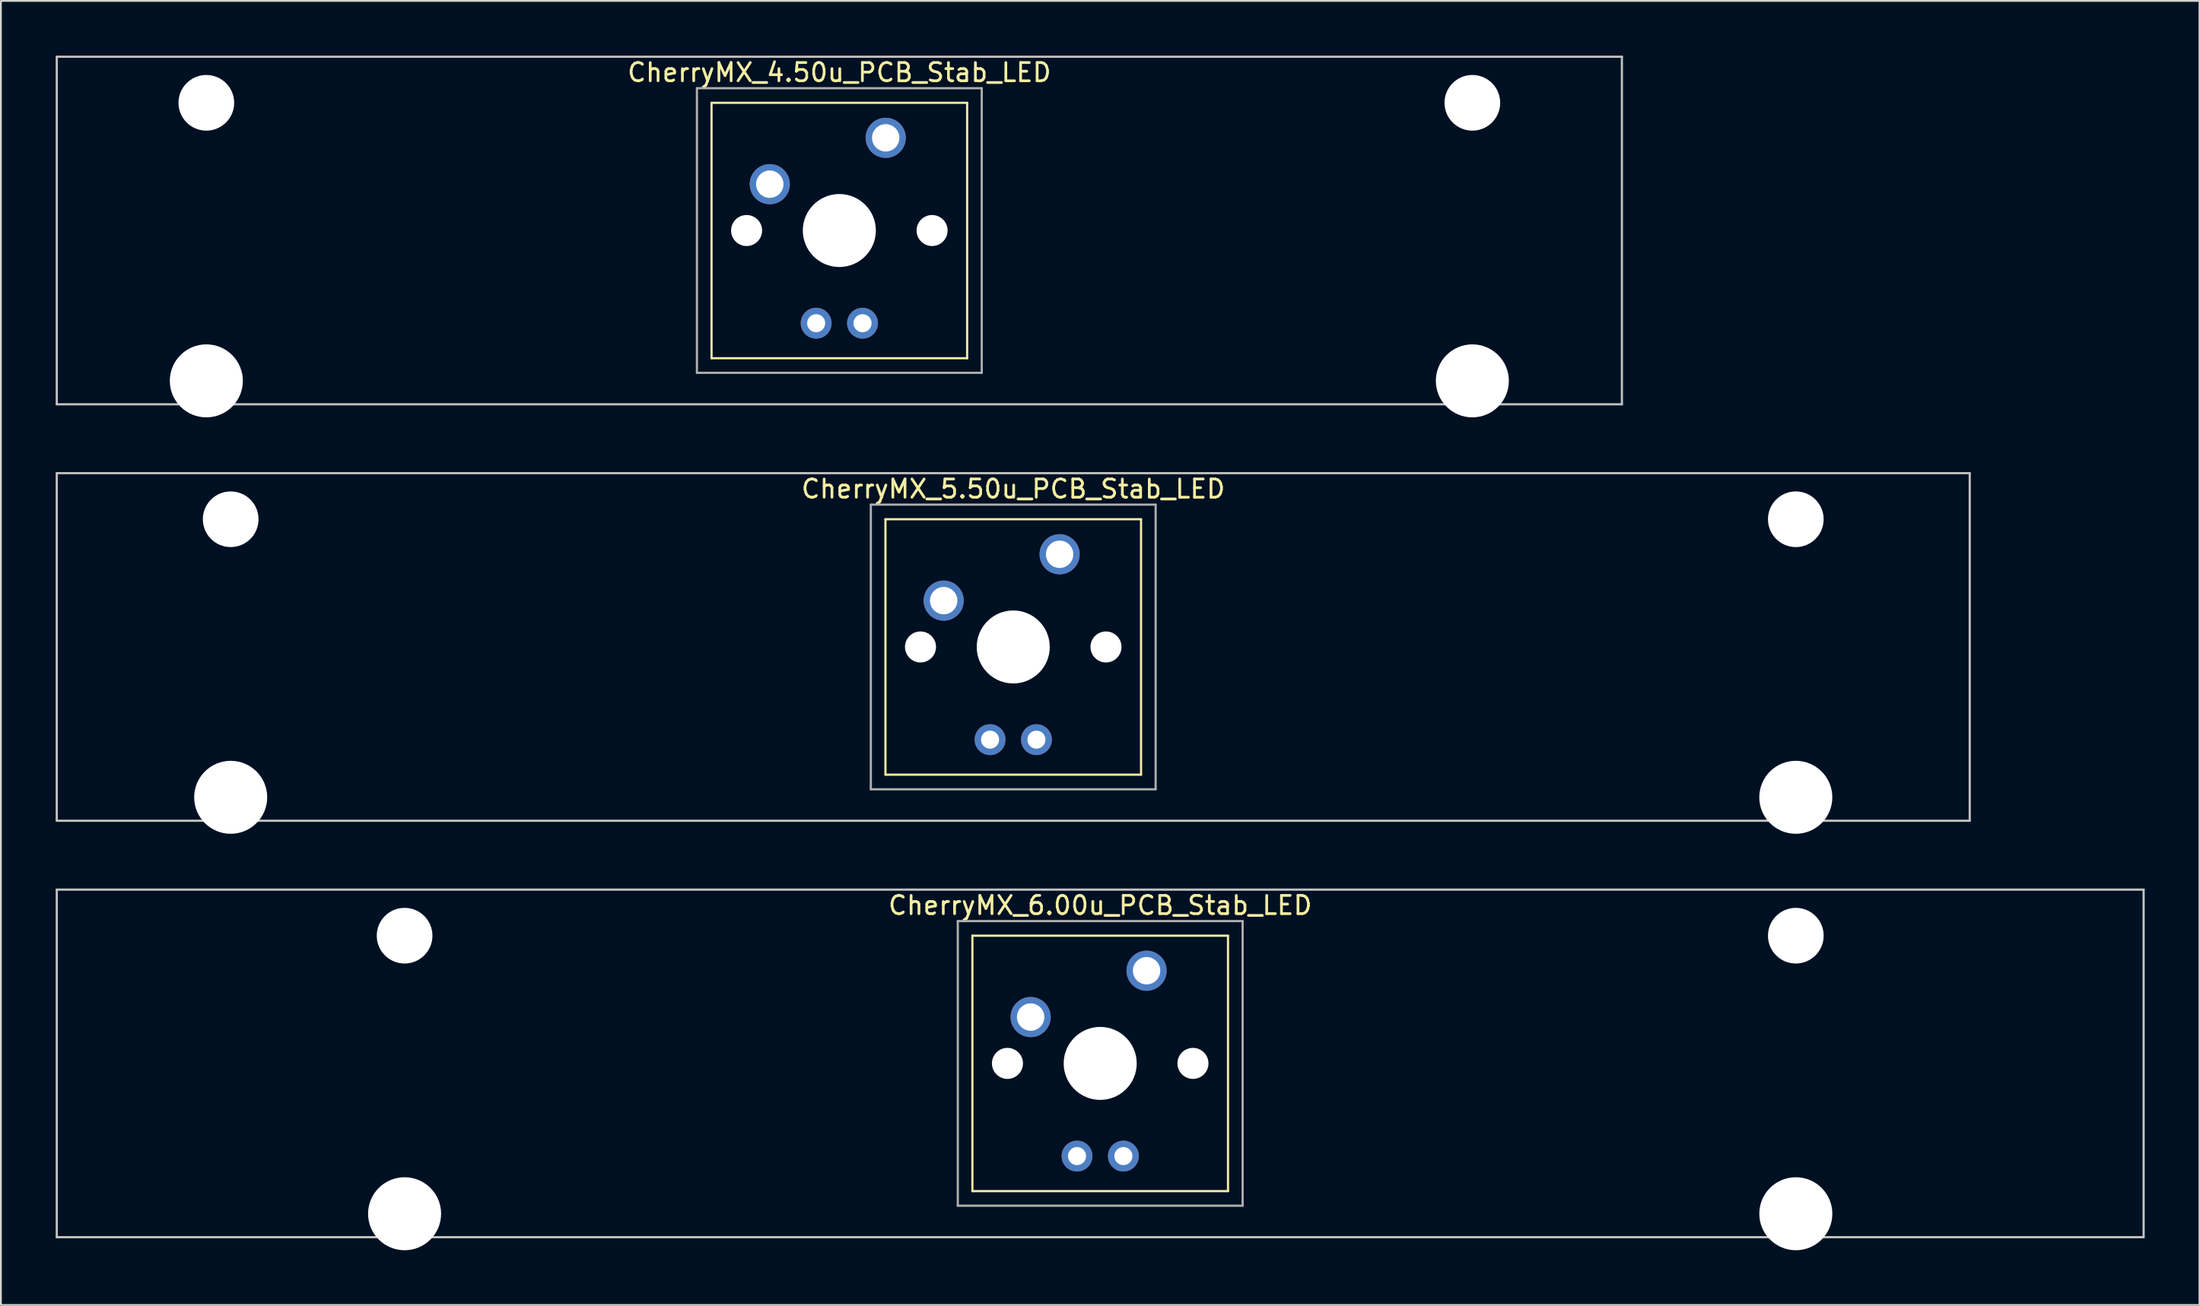
<source format=kicad_pcb>
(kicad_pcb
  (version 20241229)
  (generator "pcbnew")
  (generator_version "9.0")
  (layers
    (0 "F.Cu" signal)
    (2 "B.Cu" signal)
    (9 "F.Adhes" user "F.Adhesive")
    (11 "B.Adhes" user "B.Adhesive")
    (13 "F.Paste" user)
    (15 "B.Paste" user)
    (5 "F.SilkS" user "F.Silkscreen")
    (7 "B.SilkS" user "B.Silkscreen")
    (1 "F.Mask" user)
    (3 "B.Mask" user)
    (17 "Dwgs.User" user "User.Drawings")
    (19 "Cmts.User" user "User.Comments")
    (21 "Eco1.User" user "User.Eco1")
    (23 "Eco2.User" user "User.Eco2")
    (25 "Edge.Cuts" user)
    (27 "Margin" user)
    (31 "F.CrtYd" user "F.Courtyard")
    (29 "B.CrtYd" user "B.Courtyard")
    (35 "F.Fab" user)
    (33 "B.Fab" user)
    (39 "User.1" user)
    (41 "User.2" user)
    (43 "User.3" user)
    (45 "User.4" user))
  (footprint "CherryMX_6.00u_PCB_Stab_LED"
    (layer "F.Cu")
    (at 57.21 55.235)
    (property "Reference" "CherryMX_6.00u_PCB_Stab_LED" (at 0 -8.662 0) (layer "F.SilkS") (effects (font (size 1 1) (thickness 0.15))))
    (attr through_hole)
    (fp_line (start -7 -7) (end -7 7) (stroke (width 0.12) (type solid)) (layer "F.SilkS"))
    (fp_line (start -7 -7) (end 7 -7) (stroke (width 0.12) (type solid)) (layer "F.SilkS"))
    (fp_line (start 7 -7) (end 7 7) (stroke (width 0.12) (type solid)) (layer "F.SilkS"))
    (fp_line (start 7 7) (end -7 7) (stroke (width 0.12) (type solid)) (layer "F.SilkS"))
    (fp_line (start -57.15 -9.525) (end 57.15 -9.525) (stroke (width 0.12) (type solid)) (layer "Dwgs.User"))
    (fp_line (start -57.15 9.525) (end -57.15 -9.525) (stroke (width 0.12) (type solid)) (layer "Dwgs.User"))
    (fp_line (start 57.15 -9.525) (end 57.15 9.525) (stroke (width 0.12) (type solid)) (layer "Dwgs.User"))
    (fp_line (start 57.15 9.525) (end -57.15 9.525) (stroke (width 0.12) (type solid)) (layer "Dwgs.User"))
    (fp_line (start -7.8 -7.8) (end -7.8 7.8) (stroke (width 0.12) (type solid)) (layer "F.Fab"))
    (fp_line (start -7.8 -7.8) (end 7.8 -7.8) (stroke (width 0.12) (type solid)) (layer "F.Fab"))
    (fp_line (start -7.8 7.8) (end 7.8 7.8) (stroke (width 0.12) (type solid)) (layer "F.Fab"))
    (fp_line (start 7.8 -7.8) (end 7.8 7.8) (stroke (width 0.12) (type solid)) (layer "F.Fab"))
    (pad "" np_thru_hole circle (at -38.1 -7) (size 3.05 3.05) (drill 3.05) (layers "*.Cu" "*.Mask"))
    (pad "" np_thru_hole circle (at -38.1 8.24) (size 4 4) (drill 4) (layers "*.Cu" "*.Mask"))
    (pad "" np_thru_hole circle (at -5.08 0) (size 1.7 1.7) (drill 1.7) (layers "*.Cu" "*.Mask"))
    (pad "" np_thru_hole circle (at 0 0) (size 4 4) (drill 4) (layers "*.Cu" "*.Mask"))
    (pad "" np_thru_hole circle (at 5.08 0) (size 1.7 1.7) (drill 1.7) (layers "*.Cu" "*.Mask"))
    (pad "" np_thru_hole circle (at 38.1 -7) (size 3.05 3.05) (drill 3.05) (layers "*.Cu" "*.Mask"))
    (pad "" np_thru_hole circle (at 38.1 8.24) (size 4 4) (drill 4) (layers "*.Cu" "*.Mask"))
    (pad "1" thru_hole circle (at -3.81 -2.54) (size 2.2 2.2) (drill 1.5) (layers "*.Cu" "*.Mask"))
    (pad "2" thru_hole circle (at 2.54 -5.08) (size 2.2 2.2) (drill 1.5) (layers "*.Cu" "*.Mask"))
    (pad "3" thru_hole circle (at -1.27 5.08) (size 1.691 1.691) (drill 0.991) (layers "*.Cu" "*.Mask"))
    (pad "4" thru_hole circle (at 1.27 5.08) (size 1.691 1.691) (drill 0.991) (layers "*.Cu" "*.Mask")))
  (footprint "CherryMX_4.50u_PCB_Stab_LED"
    (layer "F.Cu")
    (at 42.922 9.585)
    (property "Reference" "CherryMX_4.50u_PCB_Stab_LED" (at 0 -8.662 0) (layer "F.SilkS") (effects (font (size 1 1) (thickness 0.15))))
    (attr through_hole)
    (fp_line (start -7 -7) (end -7 7) (stroke (width 0.12) (type solid)) (layer "F.SilkS"))
    (fp_line (start -7 -7) (end 7 -7) (stroke (width 0.12) (type solid)) (layer "F.SilkS"))
    (fp_line (start 7 -7) (end 7 7) (stroke (width 0.12) (type solid)) (layer "F.SilkS"))
    (fp_line (start 7 7) (end -7 7) (stroke (width 0.12) (type solid)) (layer "F.SilkS"))
    (fp_line (start -42.862 -9.525) (end 42.862 -9.525) (stroke (width 0.12) (type solid)) (layer "Dwgs.User"))
    (fp_line (start -42.862 9.525) (end -42.862 -9.525) (stroke (width 0.12) (type solid)) (layer "Dwgs.User"))
    (fp_line (start 42.862 -9.525) (end 42.862 9.525) (stroke (width 0.12) (type solid)) (layer "Dwgs.User"))
    (fp_line (start 42.862 9.525) (end -42.862 9.525) (stroke (width 0.12) (type solid)) (layer "Dwgs.User"))
    (fp_line (start -7.8 -7.8) (end -7.8 7.8) (stroke (width 0.12) (type solid)) (layer "F.Fab"))
    (fp_line (start -7.8 -7.8) (end 7.8 -7.8) (stroke (width 0.12) (type solid)) (layer "F.Fab"))
    (fp_line (start -7.8 7.8) (end 7.8 7.8) (stroke (width 0.12) (type solid)) (layer "F.Fab"))
    (fp_line (start 7.8 -7.8) (end 7.8 7.8) (stroke (width 0.12) (type solid)) (layer "F.Fab"))
    (pad "" np_thru_hole circle (at -34.671 -7) (size 3.05 3.05) (drill 3.05) (layers "*.Cu" "*.Mask"))
    (pad "" np_thru_hole circle (at -34.671 8.24) (size 4 4) (drill 4) (layers "*.Cu" "*.Mask"))
    (pad "" np_thru_hole circle (at -5.08 0) (size 1.7 1.7) (drill 1.7) (layers "*.Cu" "*.Mask"))
    (pad "" np_thru_hole circle (at 0 0) (size 4 4) (drill 4) (layers "*.Cu" "*.Mask"))
    (pad "" np_thru_hole circle (at 5.08 0) (size 1.7 1.7) (drill 1.7) (layers "*.Cu" "*.Mask"))
    (pad "" np_thru_hole circle (at 34.671 -7) (size 3.05 3.05) (drill 3.05) (layers "*.Cu" "*.Mask"))
    (pad "" np_thru_hole circle (at 34.671 8.24) (size 4 4) (drill 4) (layers "*.Cu" "*.Mask"))
    (pad "1" thru_hole circle (at -3.81 -2.54) (size 2.2 2.2) (drill 1.5) (layers "*.Cu" "*.Mask"))
    (pad "2" thru_hole circle (at 2.54 -5.08) (size 2.2 2.2) (drill 1.5) (layers "*.Cu" "*.Mask"))
    (pad "3" thru_hole circle (at -1.27 5.08) (size 1.691 1.691) (drill 0.991) (layers "*.Cu" "*.Mask"))
    (pad "4" thru_hole circle (at 1.27 5.08) (size 1.691 1.691) (drill 0.991) (layers "*.Cu" "*.Mask")))
  (footprint "CherryMX_5.50u_PCB_Stab_LED"
    (layer "F.Cu")
    (at 52.447 32.41)
    (property "Reference" "CherryMX_5.50u_PCB_Stab_LED" (at 0 -8.662 0) (layer "F.SilkS") (effects (font (size 1 1) (thickness 0.15))))
    (attr through_hole)
    (fp_line (start -7 -7) (end -7 7) (stroke (width 0.12) (type solid)) (layer "F.SilkS"))
    (fp_line (start -7 -7) (end 7 -7) (stroke (width 0.12) (type solid)) (layer "F.SilkS"))
    (fp_line (start 7 -7) (end 7 7) (stroke (width 0.12) (type solid)) (layer "F.SilkS"))
    (fp_line (start 7 7) (end -7 7) (stroke (width 0.12) (type solid)) (layer "F.SilkS"))
    (fp_line (start -52.388 -9.525) (end 52.388 -9.525) (stroke (width 0.12) (type solid)) (layer "Dwgs.User"))
    (fp_line (start -52.388 9.525) (end -52.388 -9.525) (stroke (width 0.12) (type solid)) (layer "Dwgs.User"))
    (fp_line (start 52.388 -9.525) (end 52.388 9.525) (stroke (width 0.12) (type solid)) (layer "Dwgs.User"))
    (fp_line (start 52.388 9.525) (end -52.388 9.525) (stroke (width 0.12) (type solid)) (layer "Dwgs.User"))
    (fp_line (start -7.8 -7.8) (end -7.8 7.8) (stroke (width 0.12) (type solid)) (layer "F.Fab"))
    (fp_line (start -7.8 -7.8) (end 7.8 -7.8) (stroke (width 0.12) (type solid)) (layer "F.Fab"))
    (fp_line (start -7.8 7.8) (end 7.8 7.8) (stroke (width 0.12) (type solid)) (layer "F.Fab"))
    (fp_line (start 7.8 -7.8) (end 7.8 7.8) (stroke (width 0.12) (type solid)) (layer "F.Fab"))
    (pad "" np_thru_hole circle (at -42.862 -7) (size 3.05 3.05) (drill 3.05) (layers "*.Cu" "*.Mask"))
    (pad "" np_thru_hole circle (at -42.862 8.24) (size 4 4) (drill 4) (layers "*.Cu" "*.Mask"))
    (pad "" np_thru_hole circle (at -5.08 0) (size 1.7 1.7) (drill 1.7) (layers "*.Cu" "*.Mask"))
    (pad "" np_thru_hole circle (at 0 0) (size 4 4) (drill 4) (layers "*.Cu" "*.Mask"))
    (pad "" np_thru_hole circle (at 5.08 0) (size 1.7 1.7) (drill 1.7) (layers "*.Cu" "*.Mask"))
    (pad "" np_thru_hole circle (at 42.862 -7) (size 3.05 3.05) (drill 3.05) (layers "*.Cu" "*.Mask"))
    (pad "" np_thru_hole circle (at 42.862 8.24) (size 4 4) (drill 4) (layers "*.Cu" "*.Mask"))
    (pad "1" thru_hole circle (at -3.81 -2.54) (size 2.2 2.2) (drill 1.5) (layers "*.Cu" "*.Mask"))
    (pad "2" thru_hole circle (at 2.54 -5.08) (size 2.2 2.2) (drill 1.5) (layers "*.Cu" "*.Mask"))
    (pad "3" thru_hole circle (at -1.27 5.08) (size 1.691 1.691) (drill 0.991) (layers "*.Cu" "*.Mask"))
    (pad "4" thru_hole circle (at 1.27 5.08) (size 1.691 1.691) (drill 0.991) (layers "*.Cu" "*.Mask")))
  (gr_rect
    (start -3 -3)
    (end 117.42 68.475)
    (stroke (width 0.1) (type default))
    (fill no)
    (layer "Edge.Cuts")))
</source>
